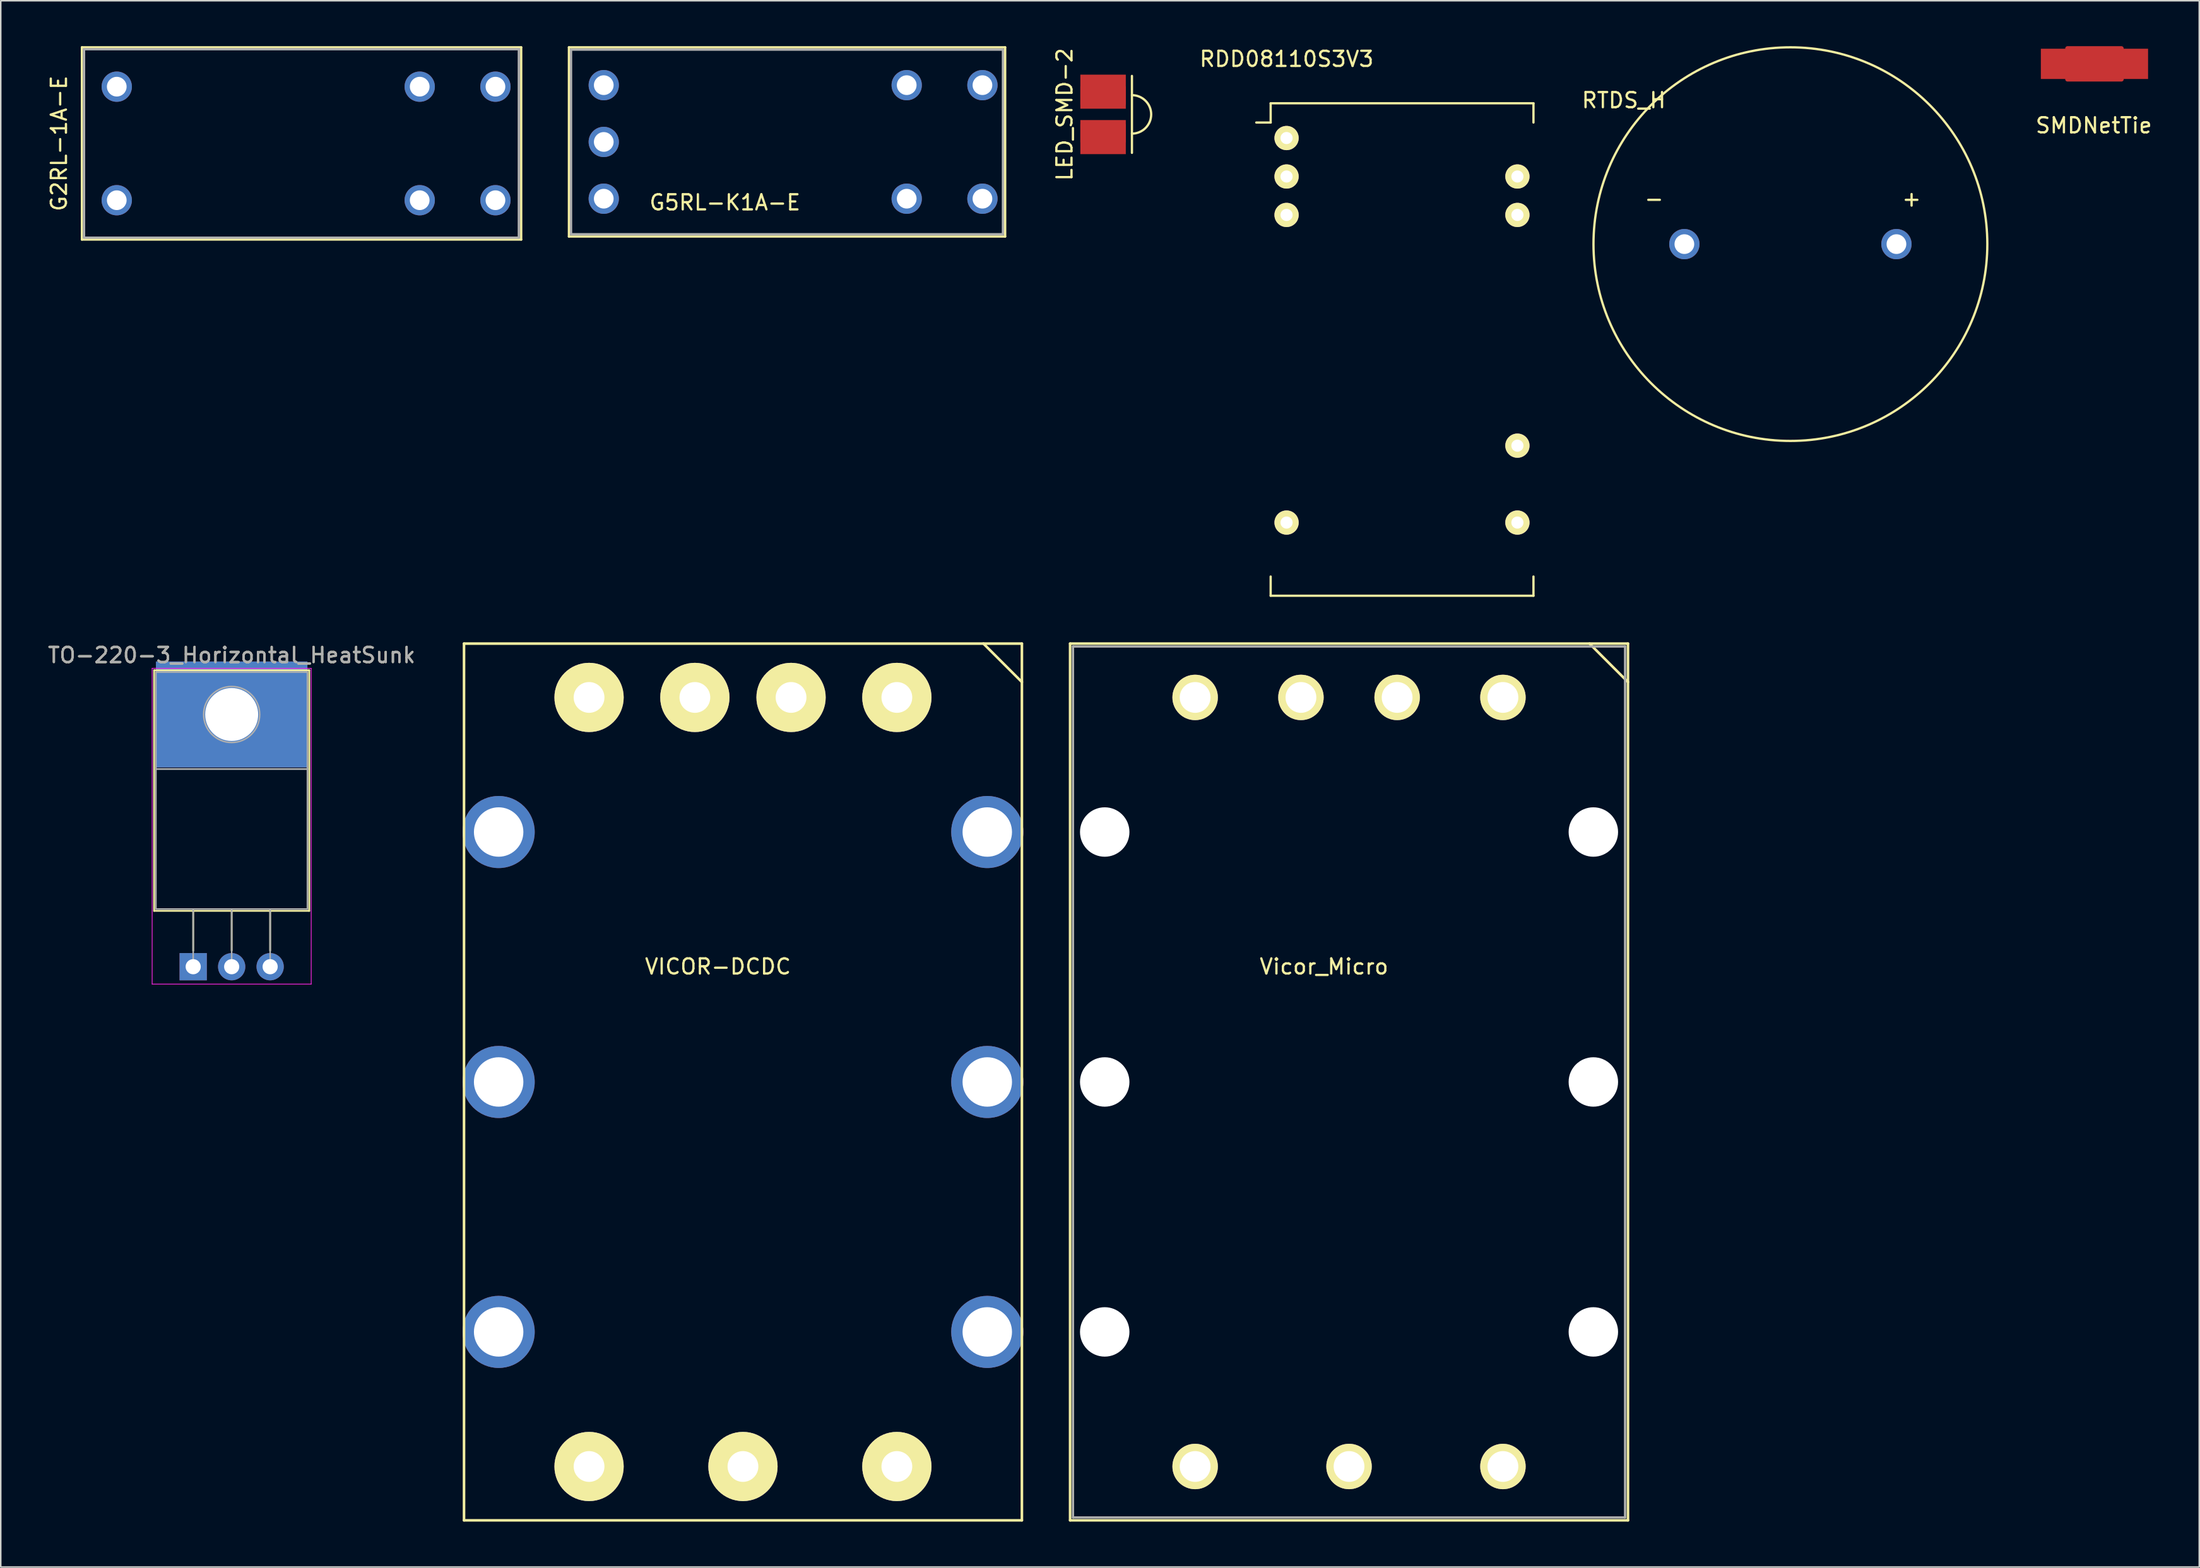
<source format=kicad_pcb>
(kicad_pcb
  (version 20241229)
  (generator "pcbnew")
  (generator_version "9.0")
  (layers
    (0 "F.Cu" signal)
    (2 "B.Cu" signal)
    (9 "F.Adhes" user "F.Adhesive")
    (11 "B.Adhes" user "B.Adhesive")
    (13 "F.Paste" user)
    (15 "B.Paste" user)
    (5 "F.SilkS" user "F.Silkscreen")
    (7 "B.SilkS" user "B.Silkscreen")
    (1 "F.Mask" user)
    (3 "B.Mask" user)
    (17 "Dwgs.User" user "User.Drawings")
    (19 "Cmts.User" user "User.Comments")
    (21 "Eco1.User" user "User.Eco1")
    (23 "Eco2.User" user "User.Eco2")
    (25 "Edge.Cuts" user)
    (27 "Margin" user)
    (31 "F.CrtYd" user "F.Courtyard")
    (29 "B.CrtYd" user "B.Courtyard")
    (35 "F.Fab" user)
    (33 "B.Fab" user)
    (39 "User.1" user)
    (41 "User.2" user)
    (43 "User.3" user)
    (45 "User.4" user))
  (footprint "SMDNetTie"
    (layer "F.Cu")
    (at 135.22 1.168)
    (property "Reference" "SMDNetTie" (at -0.041 4.069 0) (layer "F.SilkS") (effects (font (size 1 1) (thickness 0.15))))
    (attr through_hole)
    (fp_line (start -1.778 -0.762) (end 1.778 -0.762) (stroke (width 0.305) (type solid)) (layer "F.Cu"))
    (fp_line (start -1.778 -0.254) (end 1.778 -0.254) (stroke (width 0.305) (type solid)) (layer "F.Cu"))
    (fp_line (start -1.778 0.254) (end 1.778 0.254) (stroke (width 0.305) (type solid)) (layer "F.Cu"))
    (fp_line (start -1.778 0.762) (end 1.778 0.762) (stroke (width 0.305) (type solid)) (layer "F.Cu"))
    (fp_line (start 1.778 -1.016) (end -1.778 -1.016) (stroke (width 0.305) (type solid)) (layer "F.Cu"))
    (fp_line (start 1.778 -0.508) (end -1.778 -0.508) (stroke (width 0.305) (type solid)) (layer "F.Cu"))
    (fp_line (start 1.778 0) (end -1.778 0) (stroke (width 0.305) (type solid)) (layer "F.Cu"))
    (fp_line (start 1.778 0.508) (end -1.778 0.508) (stroke (width 0.305) (type solid)) (layer "F.Cu"))
    (fp_line (start 1.778 1.016) (end -1.778 1.016) (stroke (width 0.305) (type solid)) (layer "F.Cu"))
    (pad "1" smd rect (at -2.54 0) (size 1.999 1.999) (layers "F.Cu"))
    (pad "2" smd rect (at 2.54 0) (size 1.999 1.999) (layers "F.Cu")))
  (footprint "TO-220-3_Horizontal_HeatSunk"
    (layer "F.Cu")
    (at 9.704 60.806)
    (property "Reference" "TO-220-3_Horizontal_HeatSunk" (at 2.54 -20.58 0) (layer "F.SilkS") (effects (font (size 1 1) (thickness 0.15))))
    (attr through_hole)
    (fp_line (start -2.58 -19.58) (end -2.58 -3.69) (stroke (width 0.12) (type solid)) (layer "F.SilkS"))
    (fp_line (start -2.58 -19.58) (end 7.66 -19.58) (stroke (width 0.12) (type solid)) (layer "F.SilkS"))
    (fp_line (start -2.58 -3.69) (end 7.66 -3.69) (stroke (width 0.12) (type solid)) (layer "F.SilkS"))
    (fp_line (start 0 -3.69) (end 0 -1.05) (stroke (width 0.12) (type solid)) (layer "F.SilkS"))
    (fp_line (start 2.54 -3.69) (end 2.54 -1.066) (stroke (width 0.12) (type solid)) (layer "F.SilkS"))
    (fp_line (start 5.08 -3.69) (end 5.08 -1.066) (stroke (width 0.12) (type solid)) (layer "F.SilkS"))
    (fp_line (start 7.66 -19.58) (end 7.66 -3.69) (stroke (width 0.12) (type solid)) (layer "F.SilkS"))
    (fp_line (start -2.71 -19.71) (end -2.71 1.15) (stroke (width 0.05) (type solid)) (layer "F.CrtYd"))
    (fp_line (start -2.71 1.15) (end 7.79 1.15) (stroke (width 0.05) (type solid)) (layer "F.CrtYd"))
    (fp_line (start 7.79 -19.71) (end -2.71 -19.71) (stroke (width 0.05) (type solid)) (layer "F.CrtYd"))
    (fp_line (start 7.79 1.15) (end 7.79 -19.71) (stroke (width 0.05) (type solid)) (layer "F.CrtYd"))
    (fp_line (start -2.46 -19.46) (end 7.54 -19.46) (stroke (width 0.1) (type solid)) (layer "F.Fab"))
    (fp_line (start -2.46 -13.06) (end -2.46 -19.46) (stroke (width 0.1) (type solid)) (layer "F.Fab"))
    (fp_line (start -2.46 -13.06) (end 7.54 -13.06) (stroke (width 0.1) (type solid)) (layer "F.Fab"))
    (fp_line (start -2.46 -3.81) (end -2.46 -13.06) (stroke (width 0.1) (type solid)) (layer "F.Fab"))
    (fp_line (start 0 -3.81) (end 0 0) (stroke (width 0.1) (type solid)) (layer "F.Fab"))
    (fp_line (start 2.54 -3.81) (end 2.54 0) (stroke (width 0.1) (type solid)) (layer "F.Fab"))
    (fp_line (start 5.08 -3.81) (end 5.08 0) (stroke (width 0.1) (type solid)) (layer "F.Fab"))
    (fp_line (start 7.54 -19.46) (end 7.54 -13.06) (stroke (width 0.1) (type solid)) (layer "F.Fab"))
    (fp_line (start 7.54 -13.06) (end -2.46 -13.06) (stroke (width 0.1) (type solid)) (layer "F.Fab"))
    (fp_line (start 7.54 -13.06) (end 7.54 -3.81) (stroke (width 0.1) (type solid)) (layer "F.Fab"))
    (fp_line (start 7.54 -3.81) (end -2.46 -3.81) (stroke (width 0.1) (type solid)) (layer "F.Fab"))
    (fp_circle (center 2.54 -16.66) (end 4.39 -16.66) (stroke (width 0.1) (type solid)) (fill no) (layer "F.Fab"))
    (fp_text user "${REFERENCE}" (at 2.54 -20.58 0) (layer "F.Fab") (effects (font (size 1 1) (thickness 0.15))))
    (pad "1" thru_hole rect (at 0 0) (size 1.8 1.8) (drill 1) (layers "*.Cu" "*.Mask"))
    (pad "2" thru_hole rect (at 2.54 -16.66) (size 10 7) (drill 3.5) (layers "*.Cu" "*.Mask"))
    (pad "2" thru_hole oval (at 2.54 0) (size 1.8 1.8) (drill 1) (layers "*.Cu" "*.Mask"))
    (pad "3" thru_hole oval (at 5.08 0) (size 1.8 1.8) (drill 1) (layers "*.Cu" "*.Mask")))
  (footprint "VICOR-DCDC"
    (layer "F.Cu")
    (at 62.127 43.019)
    (property "Reference" "VICOR-DCDC" (at -17.78 17.78 0) (layer "F.SilkS") (effects (font (size 1 1) (thickness 0.15))))
    (attr through_hole)
    (fp_line (start -34.544 -3.556) (end -34.544 54.356) (stroke (width 0.17) (type solid)) (layer "F.SilkS"))
    (fp_line (start -0.254 -3.556) (end 2.286 -1.016) (stroke (width 0.17) (type solid)) (layer "F.SilkS"))
    (fp_line (start 2.286 -3.556) (end -34.544 -3.556) (stroke (width 0.17) (type solid)) (layer "F.SilkS"))
    (fp_line (start 2.286 -3.556) (end 2.286 54.356) (stroke (width 0.17) (type solid)) (layer "F.SilkS"))
    (fp_line (start 2.286 54.356) (end -34.544 54.356) (stroke (width 0.17) (type solid)) (layer "F.SilkS"))
    (pad "1" thru_hole circle (at -5.969 0) (size 4.572 4.572) (drill 2.032) (layers "*.Cu" "*.Mask" "F.SilkS"))
    (pad "2" thru_hole circle (at -12.954 0) (size 4.572 4.572) (drill 2.032) (layers "*.Cu" "*.Mask" "F.SilkS"))
    (pad "3" thru_hole circle (at -19.304 0) (size 4.572 4.572) (drill 2.032) (layers "*.Cu" "*.Mask" "F.SilkS"))
    (pad "4" thru_hole circle (at -26.289 0) (size 4.572 4.572) (drill 2.032) (layers "*.Cu" "*.Mask" "F.SilkS"))
    (pad "5" thru_hole circle (at -26.289 50.8) (size 4.572 4.572) (drill 2.032) (layers "*.Cu" "*.Mask" "F.SilkS"))
    (pad "6" thru_hole circle (at -16.129 50.8) (size 4.572 4.572) (drill 2.032) (layers "*.Cu" "*.Mask" "F.SilkS"))
    (pad "7" thru_hole circle (at -5.969 50.8) (size 4.572 4.572) (drill 2.032) (layers "*.Cu" "*.Mask" "F.SilkS"))
    (pad "C" thru_hole circle (at -32.258 8.89) (size 4.763 4.763) (drill 3.264) (layers "*.Cu" "*.Mask"))
    (pad "C" thru_hole circle (at -32.258 25.4) (size 4.763 4.763) (drill 3.264) (layers "*.Cu" "*.Mask"))
    (pad "C" thru_hole circle (at -32.258 41.91) (size 4.763 4.763) (drill 3.264) (layers "*.Cu" "*.Mask"))
    (pad "C" thru_hole circle (at 0 8.89) (size 4.763 4.763) (drill 3.264) (layers "*.Cu" "*.Mask"))
    (pad "C" thru_hole circle (at 0 25.4) (size 4.763 4.763) (drill 3.264) (layers "*.Cu" "*.Mask"))
    (pad "C" thru_hole circle (at 0 41.91) (size 4.763 4.763) (drill 3.264) (layers "*.Cu" "*.Mask")))
  (footprint "LED_SMD-2"
    (layer "F.Cu")
    (at 69.772 4.506)
    (property "Reference" "LED_SMD-2" (at -2.54 0 90) (layer "F.SilkS") (effects (font (size 1 1) (thickness 0.15))))
    (attr through_hole)
    (fp_line (start 1.905 -2.54) (end 1.905 2.54) (stroke (width 0.15) (type solid)) (layer "F.SilkS"))
    (fp_arc (start 1.905 -1.27) (mid 3.175 0) (end 1.905 1.27) (stroke (width 0.15) (type solid)) (layer "F.SilkS"))
    (pad "1" smd rect (at 0 1.25) (size 3 1.2) (layers "F.Cu" "F.Mask" "F.Paste"))
    (pad "1" smd rect (at 0 1.5) (size 3 2.25) (layers "F.Cu" "F.Paste"))
    (pad "2" smd rect (at 0 -1.5) (size 3 2.25) (layers "F.Cu" "F.Paste"))
    (pad "2" smd rect (at 0 -1.25) (size 3 1.2) (layers "F.Cu" "F.Mask" "F.Paste")))
  (footprint "Vicor_Micro"
    (layer "F.Cu")
    (at 102.138 43.019)
    (property "Reference" "Vicor_Micro" (at -17.78 17.78 0) (layer "F.SilkS") (effects (font (size 1 1) (thickness 0.15))))
    (attr through_hole)
    (fp_line (start -34.544 -3.556) (end -34.544 54.356) (stroke (width 0.17) (type solid)) (layer "F.SilkS"))
    (fp_line (start -0.254 -3.556) (end 2.286 -1.016) (stroke (width 0.17) (type solid)) (layer "F.SilkS"))
    (fp_line (start 2.286 -3.556) (end -34.544 -3.556) (stroke (width 0.17) (type solid)) (layer "F.SilkS"))
    (fp_line (start 2.286 -3.556) (end 2.286 54.356) (stroke (width 0.17) (type solid)) (layer "F.SilkS"))
    (fp_line (start 2.286 54.356) (end -34.544 54.356) (stroke (width 0.17) (type solid)) (layer "F.SilkS"))
    (fp_line (start -34.353 -3.365) (end 2.095 -3.365) (stroke (width 0.15) (type solid)) (layer "F.Fab"))
    (fp_line (start -34.353 54.166) (end -34.353 -3.365) (stroke (width 0.15) (type solid)) (layer "F.Fab"))
    (fp_line (start 2.095 -3.365) (end 2.095 54.166) (stroke (width 0.15) (type solid)) (layer "F.Fab"))
    (fp_line (start 2.095 54.166) (end -34.353 54.166) (stroke (width 0.15) (type solid)) (layer "F.Fab"))
    (pad "" np_thru_hole circle (at -32.258 8.89) (size 3.264 3.264) (drill 3.264) (layers "*.Cu" "*.Mask"))
    (pad "" np_thru_hole circle (at -32.258 25.4) (size 3.264 3.264) (drill 3.264) (layers "*.Cu" "*.Mask"))
    (pad "" np_thru_hole circle (at -32.258 41.91) (size 3.264 3.264) (drill 3.264) (layers "*.Cu" "*.Mask"))
    (pad "" np_thru_hole circle (at 0 8.89) (size 3.264 3.264) (drill 3.264) (layers "*.Cu" "*.Mask"))
    (pad "" np_thru_hole circle (at 0 25.4) (size 3.264 3.264) (drill 3.264) (layers "*.Cu" "*.Mask"))
    (pad "" np_thru_hole circle (at 0 41.91) (size 3.264 3.264) (drill 3.264) (layers "*.Cu" "*.Mask"))
    (pad "1" thru_hole circle (at -5.969 0) (size 3 3) (drill 2.032) (layers "*.Cu" "*.Mask" "F.SilkS"))
    (pad "2" thru_hole circle (at -12.954 0) (size 3 3) (drill 2.032) (layers "*.Cu" "*.Mask" "F.SilkS"))
    (pad "3" thru_hole circle (at -19.304 0) (size 3 3) (drill 2.032) (layers "*.Cu" "*.Mask" "F.SilkS"))
    (pad "4" thru_hole circle (at -26.289 0) (size 3 3) (drill 2.032) (layers "*.Cu" "*.Mask" "F.SilkS"))
    (pad "5" thru_hole circle (at -26.289 50.8) (size 3 3) (drill 2.032) (layers "*.Cu" "*.Mask" "F.SilkS"))
    (pad "6" thru_hole circle (at -16.129 50.8) (size 3 3) (drill 2.032) (layers "*.Cu" "*.Mask" "F.SilkS"))
    (pad "7" thru_hole circle (at -5.969 50.8) (size 3 3) (drill 2.032) (layers "*.Cu" "*.Mask" "F.SilkS")))
  (footprint "G5RL-K1A-E"
    (layer "F.Cu")
    (at 36.808 6.325)
    (property "Reference" "G5RL-K1A-E" (at 8 4 0) (layer "F.SilkS") (effects (font (size 1 1) (thickness 0.15))))
    (attr through_hole)
    (fp_line (start -2.3 -6.25) (end 26.5 -6.25) (stroke (width 0.15) (type solid)) (layer "F.SilkS"))
    (fp_line (start -2.3 6.25) (end -2.3 -6.25) (stroke (width 0.15) (type solid)) (layer "F.SilkS"))
    (fp_line (start 26.5 -6.25) (end 26.5 6.25) (stroke (width 0.15) (type solid)) (layer "F.SilkS"))
    (fp_line (start 26.5 6.25) (end -2.3 6.25) (stroke (width 0.15) (type solid)) (layer "F.SilkS"))
    (fp_line (start -2.159 -6.096) (end 26.352 -6.096) (stroke (width 0.15) (type solid)) (layer "F.Fab"))
    (fp_line (start -2.159 6.096) (end -2.159 -6.096) (stroke (width 0.15) (type solid)) (layer "F.Fab"))
    (fp_line (start 26.352 -6.096) (end 26.352 6.096) (stroke (width 0.15) (type solid)) (layer "F.Fab"))
    (fp_line (start 26.352 6.096) (end -2.159 6.096) (stroke (width 0.15) (type solid)) (layer "F.Fab"))
    (pad "1" thru_hole circle (at 0 -3.75) (size 2 2) (drill 1.3) (layers "*.Cu" "*.Mask"))
    (pad "3" thru_hole circle (at 20 -3.75) (size 2 2) (drill 1.3) (layers "*.Cu" "*.Mask"))
    (pad "4" thru_hole circle (at 25 -3.75) (size 2 2) (drill 1.3) (layers "*.Cu" "*.Mask"))
    (pad "5" thru_hole circle (at 25 3.75) (size 2 2) (drill 1.3) (layers "*.Cu" "*.Mask"))
    (pad "6" thru_hole circle (at 20 3.75) (size 2 2) (drill 1.3) (layers "*.Cu" "*.Mask"))
    (pad "8" thru_hole circle (at 0 3.75) (size 2 2) (drill 1.3) (layers "*.Cu" "*.Mask"))
    (pad "9" thru_hole circle (at 0 0) (size 2 2) (drill 1.3) (layers "*.Cu" "*.Mask")))
  (footprint "RTDS_H"
    (layer "F.Cu")
    (at 115.147 13.075)
    (property "Reference" "RTDS_H" (at -11 -9.5 0) (layer "F.SilkS") (effects (font (size 1 1) (thickness 0.15))))
    (attr through_hole)
    (fp_circle (center 0 0) (end -13 0) (stroke (width 0.15) (type solid)) (fill no) (layer "F.SilkS"))
    (fp_text user "+" (at 8 -3 0) (layer "F.SilkS") (effects (font (size 1 1) (thickness 0.15))))
    (fp_text user "-" (at -9 -3 0) (layer "F.SilkS") (effects (font (size 1 1) (thickness 0.15))))
    (pad "1" thru_hole circle (at 7 0) (size 2 2) (drill 1.3) (layers "*.Cu" "*.Mask"))
    (pad "2" thru_hole circle (at -7 0) (size 2 2) (drill 1.3) (layers "*.Cu" "*.Mask")))
  (footprint "RDD08110S3V3"
    (layer "F.Cu")
    (at 81.885 6.068)
    (property "Reference" "RDD08110S3V3" (at 0 -5.22 0) (layer "F.SilkS") (effects (font (size 1 1) (thickness 0.15))))
    (attr through_hole)
    (fp_line (start -1.05 -2.295) (end -1.05 -1.025) (stroke (width 0.15) (type solid)) (layer "F.SilkS"))
    (fp_line (start -1.05 -2.295) (end 16.3 -2.295) (stroke (width 0.15) (type solid)) (layer "F.SilkS"))
    (fp_line (start -1.05 -1.025) (end -2 -1.025) (stroke (width 0.15) (type solid)) (layer "F.SilkS"))
    (fp_line (start -1.05 30.235) (end -1.05 28.965) (stroke (width 0.15) (type solid)) (layer "F.SilkS"))
    (fp_line (start -1.05 30.235) (end 16.3 30.235) (stroke (width 0.15) (type solid)) (layer "F.SilkS"))
    (fp_line (start 16.3 -2.295) (end 16.3 -1.025) (stroke (width 0.15) (type solid)) (layer "F.SilkS"))
    (fp_line (start 16.3 30.235) (end 16.3 28.965) (stroke (width 0.15) (type solid)) (layer "F.SilkS"))
    (pad "1" thru_hole oval (at 0 0) (size 1.6 1.6) (drill 0.8) (layers "*.Cu" "*.Mask" "F.SilkS"))
    (pad "2" thru_hole oval (at 0 2.54) (size 1.6 1.6) (drill 0.8) (layers "*.Cu" "*.Mask" "F.SilkS"))
    (pad "3" thru_hole oval (at 0 5.08) (size 1.6 1.6) (drill 0.8) (layers "*.Cu" "*.Mask" "F.SilkS"))
    (pad "11" thru_hole oval (at 0 25.4) (size 1.6 1.6) (drill 0.8) (layers "*.Cu" "*.Mask" "F.SilkS"))
    (pad "14" thru_hole oval (at 15.24 25.4) (size 1.6 1.6) (drill 0.8) (layers "*.Cu" "*.Mask" "F.SilkS"))
    (pad "16" thru_hole oval (at 15.24 20.32) (size 1.6 1.6) (drill 0.8) (layers "*.Cu" "*.Mask" "F.SilkS"))
    (pad "22" thru_hole oval (at 15.24 5.08) (size 1.6 1.6) (drill 0.8) (layers "*.Cu" "*.Mask" "F.SilkS"))
    (pad "23" thru_hole oval (at 15.24 2.54) (size 1.6 1.6) (drill 0.8) (layers "*.Cu" "*.Mask" "F.SilkS")))
  (footprint "G2RL-1A-E"
    (layer "F.Cu")
    (at 4.658 6.425)
    (property "Reference" "G2RL-1A-E" (at -3.81 0 270) (layer "F.SilkS") (effects (font (size 1 1) (thickness 0.15))))
    (attr through_hole)
    (fp_line (start -2.3 -6.35) (end 26.7 -6.35) (stroke (width 0.15) (type solid)) (layer "F.SilkS"))
    (fp_line (start -2.3 6.35) (end -2.3 -6.35) (stroke (width 0.15) (type solid)) (layer "F.SilkS"))
    (fp_line (start 26.7 -6.35) (end 26.7 6.35) (stroke (width 0.15) (type solid)) (layer "F.SilkS"))
    (fp_line (start 26.7 6.35) (end -2.3 6.35) (stroke (width 0.15) (type solid)) (layer "F.SilkS"))
    (fp_line (start -2.159 -6.223) (end 26.543 -6.223) (stroke (width 0.15) (type solid)) (layer "F.Fab"))
    (fp_line (start -2.159 6.223) (end -2.159 -6.223) (stroke (width 0.15) (type solid)) (layer "F.Fab"))
    (fp_line (start 26.543 -6.223) (end 26.543 6.223) (stroke (width 0.15) (type solid)) (layer "F.Fab"))
    (fp_line (start 26.543 6.223) (end -2.159 6.223) (stroke (width 0.15) (type solid)) (layer "F.Fab"))
    (pad "1" thru_hole circle (at 0 -3.75) (size 2 2) (drill 1.3) (layers "*.Cu" "*.Mask"))
    (pad "3" thru_hole circle (at 20 -3.75) (size 2 2) (drill 1.3) (layers "*.Cu" "*.Mask"))
    (pad "4" thru_hole circle (at 25 -3.75) (size 2 2) (drill 1.3) (layers "*.Cu" "*.Mask"))
    (pad "5" thru_hole circle (at 25 3.75) (size 2 2) (drill 1.3) (layers "*.Cu" "*.Mask"))
    (pad "6" thru_hole circle (at 20 3.75) (size 2 2) (drill 1.3) (layers "*.Cu" "*.Mask"))
    (pad "8" thru_hole circle (at 0 3.75) (size 2 2) (drill 1.3) (layers "*.Cu" "*.Mask")))
  (gr_rect
    (start -3 -3)
    (end 142.138 100.46)
    (stroke (width 0.1) (type default))
    (fill no)
    (layer "Edge.Cuts")))
</source>
